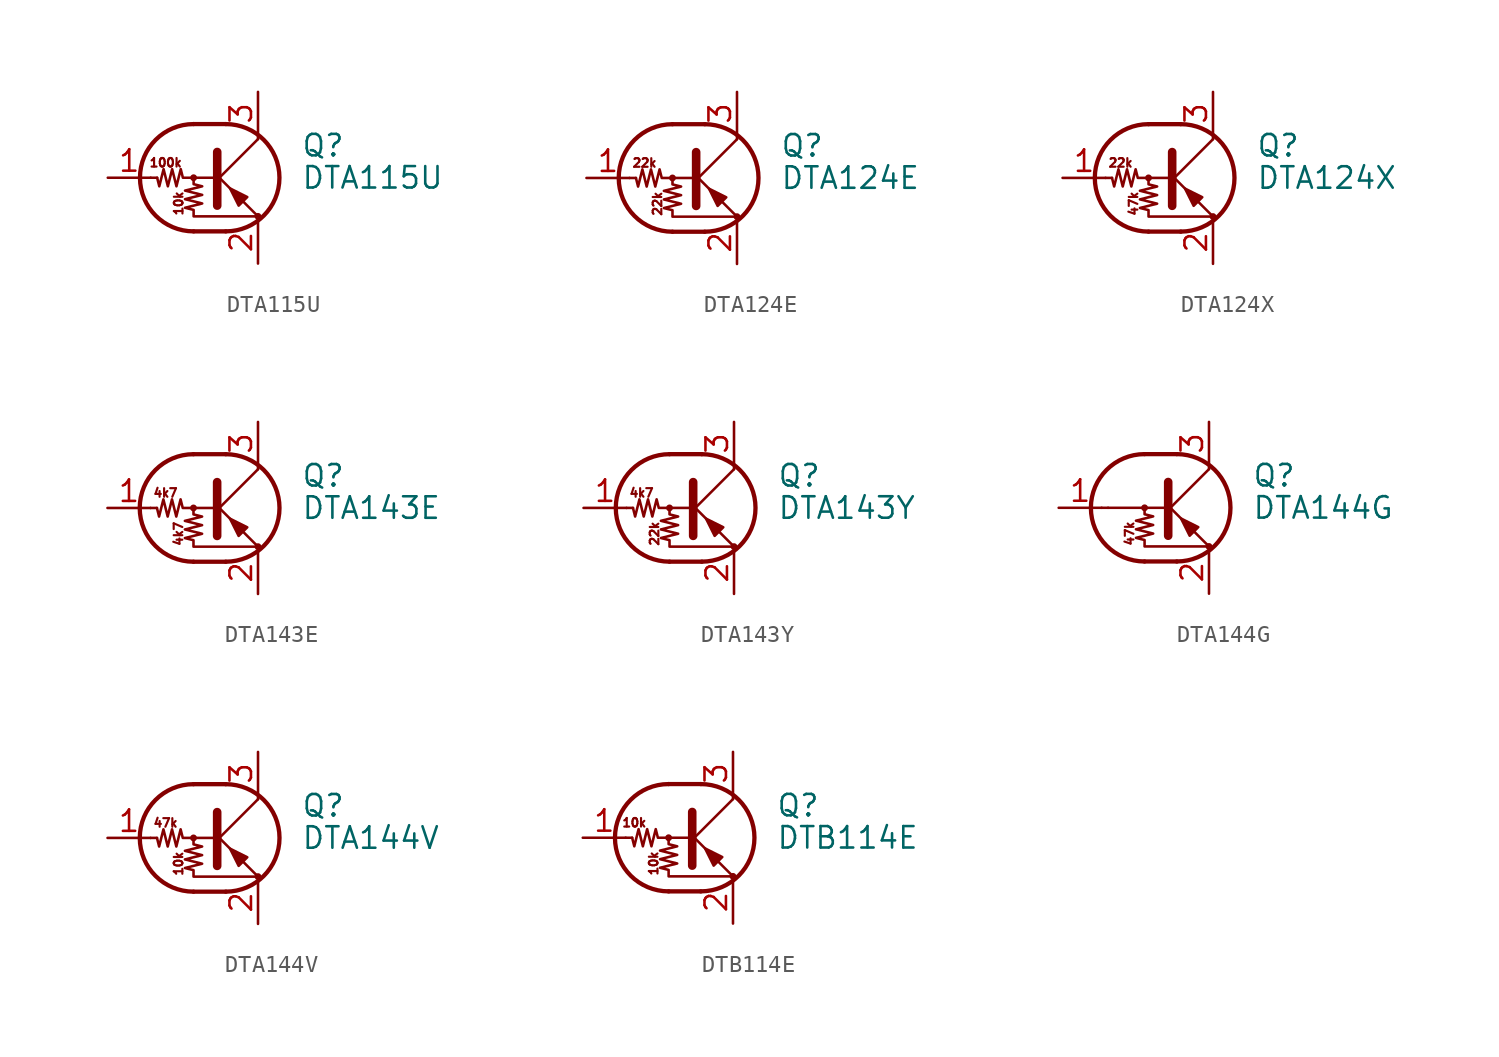
<source format=kicad_sym>
(kicad_symbol_lib
  (version 20220914)
  (generator kicad_symbol_editor)
  (symbol "DTA115U"
    (pin_names
      (offset 0) hide)
    (property "Reference" "Q"
      (at 5.08 1.905 0)
      (effects (font (size 1.27 1.27)) (justify left)))
    (property "Value" "DTA115U"
      (at 5.08 0 0)
      (effects (font (size 1.27 1.27)) (justify left)))
    (symbol "DTA115U_0_0"
      (text "100k" (at -2.921 0.889 0) (effects (font (size 0.508 0.508))))
      (text "10k" (at -2.159 -1.524 900) (effects (font (size 0.508 0.508)))))
    (symbol "DTA115U_0_1"
      (circle (center -1.27 0) (radius 0.127) (stroke (width 0) (type default)) (fill (type none)))
      (arc (start -1.27 3.175) (mid -4.4312 0) (end -1.27 -3.175) (stroke (width 0.254) (type default)) (fill (type none)))
      (polyline (pts (xy -3.429 0) (xy -3.81 0)) (stroke (width 0) (type default)) (fill (type none)))
      (polyline (pts (xy -1.27 -3.175) (xy 0.635 -3.175)) (stroke (width 0.254) (type default)) (fill (type none)))
      (polyline (pts (xy -1.27 3.175) (xy 0.635 3.175)) (stroke (width 0.254) (type default)) (fill (type none)))
      (polyline (pts (xy 0 -0.254) (xy 2.54 2.286)) (stroke (width 0) (type default)) (fill (type none)))
      (polyline (pts (xy 0.127 1.524) (xy 0.127 -1.651)) (stroke (width 0.508) (type default)) (fill (type outline)))
      (polyline (pts (xy 2.54 2.286) (xy 2.54 2.54)) (stroke (width 0) (type default)) (fill (type none)))
      (polyline (pts (xy 2.54 -2.286) (xy 0 0.254) (xy 0 0.254)) (stroke (width 0) (type default)) (fill (type none)))
      (polyline (pts (xy 1.397 -1.651) (xy 1.905 -1.143) (xy 0.889 -0.635) (xy 1.397 -1.651)) (stroke (width 0) (type default)) (fill (type outline)))
      (polyline (pts (xy 0 0) (xy -1.905 0) (xy -2.032 0.508) (xy -2.286 -0.508) (xy -2.54 0.508) (xy -2.794 -0.508) (xy -3.048 0.508) (xy -3.302 -0.508) (xy -3.429 0)) (stroke (width 0) (type default)) (fill (type none)))
      (polyline (pts (xy -1.27 0) (xy -1.27 -0.381) (xy -0.762 -0.508) (xy -1.778 -0.762) (xy -0.762 -1.016) (xy -1.778 -1.27) (xy -0.762 -1.524) (xy -1.778 -1.778) (xy -1.27 -1.905) (xy -1.27 -2.286) (xy 2.54 -2.286)) (stroke (width 0) (type default)) (fill (type none)))
      (arc (start 0.635 -3.175) (mid 3.7962 0) (end 0.635 3.175) (stroke (width 0.254) (type default)) (fill (type none)))
      (circle (center 2.54 -2.286) (radius 0.127) (stroke (width 0) (type default)) (fill (type none))))
    (symbol "DTA115U_1_1"
      (pin input line (at -6.35 0 0) (length 2.54) (name "B" (effects (font (size 1.27 1.27)))) (number "1" (effects (font (size 1.27 1.27)))))
      (pin passive line (at 2.54 -5.08 90) (length 2.54) (name "E" (effects (font (size 1.27 1.27)))) (number "2" (effects (font (size 1.27 1.27)))))
      (pin passive line (at 2.54 5.08 270) (length 2.54) (name "C" (effects (font (size 1.27 1.27)))) (number "3" (effects (font (size 1.27 1.27)))))))
  (symbol "DTA124E"
    (pin_names
      (offset 0) hide)
    (property "Reference" "Q"
      (at 5.08 1.905 0)
      (effects (font (size 1.27 1.27)) (justify left)))
    (property "Value" "DTA124E"
      (at 5.08 0 0)
      (effects (font (size 1.27 1.27)) (justify left)))
    (symbol "DTA124E_0_0"
      (text "22k" (at -2.921 0.889 0) (effects (font (size 0.508 0.508))))
      (text "22k" (at -2.159 -1.524 900) (effects (font (size 0.508 0.508)))))
    (symbol "DTA124E_0_1"
      (circle (center -1.27 0) (radius 0.127) (stroke (width 0) (type default)) (fill (type none)))
      (arc (start -1.27 3.175) (mid -4.4312 0) (end -1.27 -3.175) (stroke (width 0.254) (type default)) (fill (type none)))
      (polyline (pts (xy -3.429 0) (xy -3.81 0)) (stroke (width 0) (type default)) (fill (type none)))
      (polyline (pts (xy -1.27 -3.175) (xy 0.635 -3.175)) (stroke (width 0.254) (type default)) (fill (type none)))
      (polyline (pts (xy -1.27 3.175) (xy 0.635 3.175)) (stroke (width 0.254) (type default)) (fill (type none)))
      (polyline (pts (xy 0 -0.254) (xy 2.54 2.286)) (stroke (width 0) (type default)) (fill (type none)))
      (polyline (pts (xy 0.127 1.524) (xy 0.127 -1.651)) (stroke (width 0.508) (type default)) (fill (type outline)))
      (polyline (pts (xy 2.54 2.286) (xy 2.54 2.54)) (stroke (width 0) (type default)) (fill (type none)))
      (polyline (pts (xy 2.54 -2.286) (xy 0 0.254) (xy 0 0.254)) (stroke (width 0) (type default)) (fill (type none)))
      (polyline (pts (xy 1.397 -1.651) (xy 1.905 -1.143) (xy 0.889 -0.635) (xy 1.397 -1.651)) (stroke (width 0) (type default)) (fill (type outline)))
      (polyline (pts (xy 0 0) (xy -1.905 0) (xy -2.032 0.508) (xy -2.286 -0.508) (xy -2.54 0.508) (xy -2.794 -0.508) (xy -3.048 0.508) (xy -3.302 -0.508) (xy -3.429 0)) (stroke (width 0) (type default)) (fill (type none)))
      (polyline (pts (xy -1.27 0) (xy -1.27 -0.381) (xy -0.762 -0.508) (xy -1.778 -0.762) (xy -0.762 -1.016) (xy -1.778 -1.27) (xy -0.762 -1.524) (xy -1.778 -1.778) (xy -1.27 -1.905) (xy -1.27 -2.286) (xy 2.54 -2.286)) (stroke (width 0) (type default)) (fill (type none)))
      (arc (start 0.635 -3.175) (mid 3.7962 0) (end 0.635 3.175) (stroke (width 0.254) (type default)) (fill (type none)))
      (circle (center 2.54 -2.286) (radius 0.127) (stroke (width 0) (type default)) (fill (type none))))
    (symbol "DTA124E_1_1"
      (pin input line (at -6.35 0 0) (length 2.54) (name "B" (effects (font (size 1.27 1.27)))) (number "1" (effects (font (size 1.27 1.27)))))
      (pin passive line (at 2.54 -5.08 90) (length 2.54) (name "E" (effects (font (size 1.27 1.27)))) (number "2" (effects (font (size 1.27 1.27)))))
      (pin passive line (at 2.54 5.08 270) (length 2.54) (name "C" (effects (font (size 1.27 1.27)))) (number "3" (effects (font (size 1.27 1.27)))))))
  (symbol "DTA124X"
    (pin_names
      (offset 0) hide)
    (property "Reference" "Q"
      (at 5.08 1.905 0)
      (effects (font (size 1.27 1.27)) (justify left)))
    (property "Value" "DTA124X"
      (at 5.08 0 0)
      (effects (font (size 1.27 1.27)) (justify left)))
    (symbol "DTA124X_0_0"
      (text "22k" (at -2.921 0.889 0) (effects (font (size 0.508 0.508))))
      (text "47k" (at -2.159 -1.524 900) (effects (font (size 0.508 0.508)))))
    (symbol "DTA124X_0_1"
      (circle (center -1.27 0) (radius 0.127) (stroke (width 0) (type default)) (fill (type none)))
      (arc (start -1.27 3.175) (mid -4.4312 0) (end -1.27 -3.175) (stroke (width 0.254) (type default)) (fill (type none)))
      (polyline (pts (xy -3.429 0) (xy -3.81 0)) (stroke (width 0) (type default)) (fill (type none)))
      (polyline (pts (xy -1.27 -3.175) (xy 0.635 -3.175)) (stroke (width 0.254) (type default)) (fill (type none)))
      (polyline (pts (xy -1.27 3.175) (xy 0.635 3.175)) (stroke (width 0.254) (type default)) (fill (type none)))
      (polyline (pts (xy 0 -0.254) (xy 2.54 2.286)) (stroke (width 0) (type default)) (fill (type none)))
      (polyline (pts (xy 0.127 1.524) (xy 0.127 -1.651)) (stroke (width 0.508) (type default)) (fill (type outline)))
      (polyline (pts (xy 2.54 2.286) (xy 2.54 2.54)) (stroke (width 0) (type default)) (fill (type none)))
      (polyline (pts (xy 2.54 -2.286) (xy 0 0.254) (xy 0 0.254)) (stroke (width 0) (type default)) (fill (type none)))
      (polyline (pts (xy 1.397 -1.651) (xy 1.905 -1.143) (xy 0.889 -0.635) (xy 1.397 -1.651)) (stroke (width 0) (type default)) (fill (type outline)))
      (polyline (pts (xy 0 0) (xy -1.905 0) (xy -2.032 0.508) (xy -2.286 -0.508) (xy -2.54 0.508) (xy -2.794 -0.508) (xy -3.048 0.508) (xy -3.302 -0.508) (xy -3.429 0)) (stroke (width 0) (type default)) (fill (type none)))
      (polyline (pts (xy -1.27 0) (xy -1.27 -0.381) (xy -0.762 -0.508) (xy -1.778 -0.762) (xy -0.762 -1.016) (xy -1.778 -1.27) (xy -0.762 -1.524) (xy -1.778 -1.778) (xy -1.27 -1.905) (xy -1.27 -2.286) (xy 2.54 -2.286)) (stroke (width 0) (type default)) (fill (type none)))
      (arc (start 0.635 -3.175) (mid 3.7962 0) (end 0.635 3.175) (stroke (width 0.254) (type default)) (fill (type none)))
      (circle (center 2.54 -2.286) (radius 0.127) (stroke (width 0) (type default)) (fill (type none))))
    (symbol "DTA124X_1_1"
      (pin input line (at -6.35 0 0) (length 2.54) (name "B" (effects (font (size 1.27 1.27)))) (number "1" (effects (font (size 1.27 1.27)))))
      (pin passive line (at 2.54 -5.08 90) (length 2.54) (name "E" (effects (font (size 1.27 1.27)))) (number "2" (effects (font (size 1.27 1.27)))))
      (pin passive line (at 2.54 5.08 270) (length 2.54) (name "C" (effects (font (size 1.27 1.27)))) (number "3" (effects (font (size 1.27 1.27)))))))
  (symbol "DTA143E"
    (pin_names
      (offset 0) hide)
    (property "Reference" "Q"
      (at 5.08 1.905 0)
      (effects (font (size 1.27 1.27)) (justify left)))
    (property "Value" "DTA143E"
      (at 5.08 0 0)
      (effects (font (size 1.27 1.27)) (justify left)))
    (symbol "DTA143E_0_0"
      (text "4k7" (at -2.921 0.889 0) (effects (font (size 0.508 0.508))))
      (text "4k7" (at -2.159 -1.524 900) (effects (font (size 0.508 0.508)))))
    (symbol "DTA143E_0_1"
      (circle (center -1.27 0) (radius 0.127) (stroke (width 0) (type default)) (fill (type none)))
      (arc (start -1.27 3.175) (mid -4.4312 0) (end -1.27 -3.175) (stroke (width 0.254) (type default)) (fill (type none)))
      (polyline (pts (xy -3.429 0) (xy -3.81 0)) (stroke (width 0) (type default)) (fill (type none)))
      (polyline (pts (xy -1.27 -3.175) (xy 0.635 -3.175)) (stroke (width 0.254) (type default)) (fill (type none)))
      (polyline (pts (xy -1.27 3.175) (xy 0.635 3.175)) (stroke (width 0.254) (type default)) (fill (type none)))
      (polyline (pts (xy 0 -0.254) (xy 2.54 2.286)) (stroke (width 0) (type default)) (fill (type none)))
      (polyline (pts (xy 0.127 1.524) (xy 0.127 -1.651)) (stroke (width 0.508) (type default)) (fill (type outline)))
      (polyline (pts (xy 2.54 2.286) (xy 2.54 2.54)) (stroke (width 0) (type default)) (fill (type none)))
      (polyline (pts (xy 2.54 -2.286) (xy 0 0.254) (xy 0 0.254)) (stroke (width 0) (type default)) (fill (type none)))
      (polyline (pts (xy 1.397 -1.651) (xy 1.905 -1.143) (xy 0.889 -0.635) (xy 1.397 -1.651)) (stroke (width 0) (type default)) (fill (type outline)))
      (polyline (pts (xy 0 0) (xy -1.905 0) (xy -2.032 0.508) (xy -2.286 -0.508) (xy -2.54 0.508) (xy -2.794 -0.508) (xy -3.048 0.508) (xy -3.302 -0.508) (xy -3.429 0)) (stroke (width 0) (type default)) (fill (type none)))
      (polyline (pts (xy -1.27 0) (xy -1.27 -0.381) (xy -0.762 -0.508) (xy -1.778 -0.762) (xy -0.762 -1.016) (xy -1.778 -1.27) (xy -0.762 -1.524) (xy -1.778 -1.778) (xy -1.27 -1.905) (xy -1.27 -2.286) (xy 2.54 -2.286)) (stroke (width 0) (type default)) (fill (type none)))
      (arc (start 0.635 -3.175) (mid 3.7962 0) (end 0.635 3.175) (stroke (width 0.254) (type default)) (fill (type none)))
      (circle (center 2.54 -2.286) (radius 0.127) (stroke (width 0) (type default)) (fill (type none))))
    (symbol "DTA143E_1_1"
      (pin input line (at -6.35 0 0) (length 2.54) (name "B" (effects (font (size 1.27 1.27)))) (number "1" (effects (font (size 1.27 1.27)))))
      (pin passive line (at 2.54 -5.08 90) (length 2.54) (name "E" (effects (font (size 1.27 1.27)))) (number "2" (effects (font (size 1.27 1.27)))))
      (pin passive line (at 2.54 5.08 270) (length 2.54) (name "C" (effects (font (size 1.27 1.27)))) (number "3" (effects (font (size 1.27 1.27)))))))
  (symbol "DTA143Y"
    (pin_names
      (offset 0) hide)
    (property "Reference" "Q"
      (at 5.08 1.905 0)
      (effects (font (size 1.27 1.27)) (justify left)))
    (property "Value" "DTA143Y"
      (at 5.08 0 0)
      (effects (font (size 1.27 1.27)) (justify left)))
    (symbol "DTA143Y_0_0"
      (text "22k" (at -2.159 -1.524 900) (effects (font (size 0.508 0.508))))
      (text "4k7" (at -2.921 0.889 0) (effects (font (size 0.508 0.508)))))
    (symbol "DTA143Y_0_1"
      (circle (center -1.27 0) (radius 0.127) (stroke (width 0) (type default)) (fill (type none)))
      (arc (start -1.27 3.175) (mid -4.4312 0) (end -1.27 -3.175) (stroke (width 0.254) (type default)) (fill (type none)))
      (polyline (pts (xy -3.429 0) (xy -3.81 0)) (stroke (width 0) (type default)) (fill (type none)))
      (polyline (pts (xy -1.27 -3.175) (xy 0.635 -3.175)) (stroke (width 0.254) (type default)) (fill (type none)))
      (polyline (pts (xy -1.27 3.175) (xy 0.635 3.175)) (stroke (width 0.254) (type default)) (fill (type none)))
      (polyline (pts (xy 0 -0.254) (xy 2.54 2.286)) (stroke (width 0) (type default)) (fill (type none)))
      (polyline (pts (xy 0.127 1.524) (xy 0.127 -1.651)) (stroke (width 0.508) (type default)) (fill (type outline)))
      (polyline (pts (xy 2.54 2.286) (xy 2.54 2.54)) (stroke (width 0) (type default)) (fill (type none)))
      (polyline (pts (xy 2.54 -2.286) (xy 0 0.254) (xy 0 0.254)) (stroke (width 0) (type default)) (fill (type none)))
      (polyline (pts (xy 1.397 -1.651) (xy 1.905 -1.143) (xy 0.889 -0.635) (xy 1.397 -1.651)) (stroke (width 0) (type default)) (fill (type outline)))
      (polyline (pts (xy 0 0) (xy -1.905 0) (xy -2.032 0.508) (xy -2.286 -0.508) (xy -2.54 0.508) (xy -2.794 -0.508) (xy -3.048 0.508) (xy -3.302 -0.508) (xy -3.429 0)) (stroke (width 0) (type default)) (fill (type none)))
      (polyline (pts (xy -1.27 0) (xy -1.27 -0.381) (xy -0.762 -0.508) (xy -1.778 -0.762) (xy -0.762 -1.016) (xy -1.778 -1.27) (xy -0.762 -1.524) (xy -1.778 -1.778) (xy -1.27 -1.905) (xy -1.27 -2.286) (xy 2.54 -2.286)) (stroke (width 0) (type default)) (fill (type none)))
      (arc (start 0.635 -3.175) (mid 3.7962 0) (end 0.635 3.175) (stroke (width 0.254) (type default)) (fill (type none)))
      (circle (center 2.54 -2.286) (radius 0.127) (stroke (width 0) (type default)) (fill (type none))))
    (symbol "DTA143Y_1_1"
      (pin input line (at -6.35 0 0) (length 2.54) (name "B" (effects (font (size 1.27 1.27)))) (number "1" (effects (font (size 1.27 1.27)))))
      (pin passive line (at 2.54 -5.08 90) (length 2.54) (name "E" (effects (font (size 1.27 1.27)))) (number "2" (effects (font (size 1.27 1.27)))))
      (pin passive line (at 2.54 5.08 270) (length 2.54) (name "C" (effects (font (size 1.27 1.27)))) (number "3" (effects (font (size 1.27 1.27)))))))
  (symbol "DTA144G"
    (pin_names
      (offset 0) hide)
    (property "Reference" "Q"
      (at 5.08 1.905 0)
      (effects (font (size 1.27 1.27)) (justify left)))
    (property "Value" "DTA144G"
      (at 5.08 0 0)
      (effects (font (size 1.27 1.27)) (justify left)))
    (symbol "DTA144G_0_0"
      (polyline (pts (xy -3.429 0) (xy 0 0)) (stroke (width 0) (type default)) (fill (type none)))
      (text "47k" (at -2.159 -1.524 900) (effects (font (size 0.508 0.508)))))
    (symbol "DTA144G_0_1"
      (circle (center -1.27 0) (radius 0.127) (stroke (width 0) (type default)) (fill (type none)))
      (arc (start -1.27 3.175) (mid -4.4312 0) (end -1.27 -3.175) (stroke (width 0.254) (type default)) (fill (type none)))
      (polyline (pts (xy -3.429 0) (xy -3.81 0)) (stroke (width 0) (type default)) (fill (type none)))
      (polyline (pts (xy -1.27 -3.175) (xy 0.635 -3.175)) (stroke (width 0.254) (type default)) (fill (type none)))
      (polyline (pts (xy -1.27 3.175) (xy 0.635 3.175)) (stroke (width 0.254) (type default)) (fill (type none)))
      (polyline (pts (xy 0 -0.254) (xy 2.54 2.286)) (stroke (width 0) (type default)) (fill (type none)))
      (polyline (pts (xy 0.127 1.524) (xy 0.127 -1.651)) (stroke (width 0.508) (type default)) (fill (type outline)))
      (polyline (pts (xy 2.54 2.286) (xy 2.54 2.54)) (stroke (width 0) (type default)) (fill (type none)))
      (polyline (pts (xy 2.54 -2.286) (xy 0 0.254) (xy 0 0.254)) (stroke (width 0) (type default)) (fill (type none)))
      (polyline (pts (xy 1.397 -1.651) (xy 1.905 -1.143) (xy 0.889 -0.635) (xy 1.397 -1.651)) (stroke (width 0) (type default)) (fill (type outline)))
      (polyline (pts (xy -1.27 0) (xy -1.27 -0.381) (xy -0.762 -0.508) (xy -1.778 -0.762) (xy -0.762 -1.016) (xy -1.778 -1.27) (xy -0.762 -1.524) (xy -1.778 -1.778) (xy -1.27 -1.905) (xy -1.27 -2.286) (xy 2.54 -2.286)) (stroke (width 0) (type default)) (fill (type none)))
      (arc (start 0.635 -3.175) (mid 3.7962 0) (end 0.635 3.175) (stroke (width 0.254) (type default)) (fill (type none)))
      (circle (center 2.54 -2.286) (radius 0.127) (stroke (width 0) (type default)) (fill (type none))))
    (symbol "DTA144G_1_1"
      (pin input line (at -6.35 0 0) (length 2.54) (name "B" (effects (font (size 1.27 1.27)))) (number "1" (effects (font (size 1.27 1.27)))))
      (pin passive line (at 2.54 -5.08 90) (length 2.54) (name "E" (effects (font (size 1.27 1.27)))) (number "2" (effects (font (size 1.27 1.27)))))
      (pin passive line (at 2.54 5.08 270) (length 2.54) (name "C" (effects (font (size 1.27 1.27)))) (number "3" (effects (font (size 1.27 1.27)))))))
  (symbol "DTA144V"
    (pin_names
      (offset 0) hide)
    (property "Reference" "Q"
      (at 5.08 1.905 0)
      (effects (font (size 1.27 1.27)) (justify left)))
    (property "Value" "DTA144V"
      (at 5.08 0 0)
      (effects (font (size 1.27 1.27)) (justify left)))
    (symbol "DTA144V_0_0"
      (text "10k" (at -2.159 -1.524 900) (effects (font (size 0.508 0.508))))
      (text "47k" (at -2.921 0.889 0) (effects (font (size 0.508 0.508)))))
    (symbol "DTA144V_0_1"
      (circle (center -1.27 0) (radius 0.127) (stroke (width 0) (type default)) (fill (type none)))
      (arc (start -1.27 3.175) (mid -4.4312 0) (end -1.27 -3.175) (stroke (width 0.254) (type default)) (fill (type none)))
      (polyline (pts (xy -3.429 0) (xy -3.81 0)) (stroke (width 0) (type default)) (fill (type none)))
      (polyline (pts (xy -1.27 -3.175) (xy 0.635 -3.175)) (stroke (width 0.254) (type default)) (fill (type none)))
      (polyline (pts (xy -1.27 3.175) (xy 0.635 3.175)) (stroke (width 0.254) (type default)) (fill (type none)))
      (polyline (pts (xy 0 -0.254) (xy 2.54 2.286)) (stroke (width 0) (type default)) (fill (type none)))
      (polyline (pts (xy 0.127 1.524) (xy 0.127 -1.651)) (stroke (width 0.508) (type default)) (fill (type outline)))
      (polyline (pts (xy 2.54 2.286) (xy 2.54 2.54)) (stroke (width 0) (type default)) (fill (type none)))
      (polyline (pts (xy 2.54 -2.286) (xy 0 0.254) (xy 0 0.254)) (stroke (width 0) (type default)) (fill (type none)))
      (polyline (pts (xy 1.397 -1.651) (xy 1.905 -1.143) (xy 0.889 -0.635) (xy 1.397 -1.651)) (stroke (width 0) (type default)) (fill (type outline)))
      (polyline (pts (xy 0 0) (xy -1.905 0) (xy -2.032 0.508) (xy -2.286 -0.508) (xy -2.54 0.508) (xy -2.794 -0.508) (xy -3.048 0.508) (xy -3.302 -0.508) (xy -3.429 0)) (stroke (width 0) (type default)) (fill (type none)))
      (polyline (pts (xy -1.27 0) (xy -1.27 -0.381) (xy -0.762 -0.508) (xy -1.778 -0.762) (xy -0.762 -1.016) (xy -1.778 -1.27) (xy -0.762 -1.524) (xy -1.778 -1.778) (xy -1.27 -1.905) (xy -1.27 -2.286) (xy 2.54 -2.286)) (stroke (width 0) (type default)) (fill (type none)))
      (arc (start 0.635 -3.175) (mid 3.7962 0) (end 0.635 3.175) (stroke (width 0.254) (type default)) (fill (type none)))
      (circle (center 2.54 -2.286) (radius 0.127) (stroke (width 0) (type default)) (fill (type none))))
    (symbol "DTA144V_1_1"
      (pin input line (at -6.35 0 0) (length 2.54) (name "B" (effects (font (size 1.27 1.27)))) (number "1" (effects (font (size 1.27 1.27)))))
      (pin passive line (at 2.54 -5.08 90) (length 2.54) (name "E" (effects (font (size 1.27 1.27)))) (number "2" (effects (font (size 1.27 1.27)))))
      (pin passive line (at 2.54 5.08 270) (length 2.54) (name "C" (effects (font (size 1.27 1.27)))) (number "3" (effects (font (size 1.27 1.27)))))))
  (symbol "DTB114E"
    (pin_names
      (offset 0) hide)
    (property "Reference" "Q"
      (at 5.08 1.905 0)
      (effects (font (size 1.27 1.27)) (justify left)))
    (property "Value" "DTB114E"
      (at 5.08 0 0)
      (effects (font (size 1.27 1.27)) (justify left)))
    (symbol "DTB114E_0_0"
      (text "10k" (at -3.302 0.889 0) (effects (font (size 0.508 0.508))))
      (text "10k" (at -2.159 -1.524 900) (effects (font (size 0.508 0.508)))))
    (symbol "DTB114E_0_1"
      (circle (center -1.27 0) (radius 0.127) (stroke (width 0) (type default)) (fill (type none)))
      (arc (start -1.27 3.175) (mid -4.4312 0) (end -1.27 -3.175) (stroke (width 0.254) (type default)) (fill (type none)))
      (polyline (pts (xy -3.429 0) (xy -3.81 0)) (stroke (width 0) (type default)) (fill (type none)))
      (polyline (pts (xy -1.27 -3.175) (xy 0.635 -3.175)) (stroke (width 0.254) (type default)) (fill (type none)))
      (polyline (pts (xy -1.27 3.175) (xy 0.635 3.175)) (stroke (width 0.254) (type default)) (fill (type none)))
      (polyline (pts (xy 0 -0.254) (xy 2.54 2.286)) (stroke (width 0) (type default)) (fill (type none)))
      (polyline (pts (xy 0.127 1.524) (xy 0.127 -1.651)) (stroke (width 0.508) (type default)) (fill (type outline)))
      (polyline (pts (xy 2.54 2.286) (xy 2.54 2.54)) (stroke (width 0) (type default)) (fill (type none)))
      (polyline (pts (xy 2.54 -2.286) (xy 0 0.254) (xy 0 0.254)) (stroke (width 0) (type default)) (fill (type none)))
      (polyline (pts (xy 1.397 -1.651) (xy 1.905 -1.143) (xy 0.889 -0.635) (xy 1.397 -1.651)) (stroke (width 0) (type default)) (fill (type outline)))
      (polyline (pts (xy 0 0) (xy -1.905 0) (xy -2.032 0.508) (xy -2.286 -0.508) (xy -2.54 0.508) (xy -2.794 -0.508) (xy -3.048 0.508) (xy -3.302 -0.508) (xy -3.429 0)) (stroke (width 0) (type default)) (fill (type none)))
      (polyline (pts (xy -1.27 0) (xy -1.27 -0.381) (xy -0.762 -0.508) (xy -1.778 -0.762) (xy -0.762 -1.016) (xy -1.778 -1.27) (xy -0.762 -1.524) (xy -1.778 -1.778) (xy -1.27 -1.905) (xy -1.27 -2.286) (xy 2.54 -2.286)) (stroke (width 0) (type default)) (fill (type none)))
      (arc (start 0.635 -3.175) (mid 3.7962 0) (end 0.635 3.175) (stroke (width 0.254) (type default)) (fill (type none)))
      (circle (center 2.54 -2.286) (radius 0.127) (stroke (width 0) (type default)) (fill (type none))))
    (symbol "DTB114E_1_1"
      (pin input line (at -6.35 0 0) (length 2.54) (name "B" (effects (font (size 1.27 1.27)))) (number "1" (effects (font (size 1.27 1.27)))))
      (pin passive line (at 2.54 -5.08 90) (length 2.54) (name "E" (effects (font (size 1.27 1.27)))) (number "2" (effects (font (size 1.27 1.27)))))
      (pin passive line (at 2.54 5.08 270) (length 2.54) (name "C" (effects (font (size 1.27 1.27)))) (number "3" (effects (font (size 1.27 1.27))))))))
</source>
